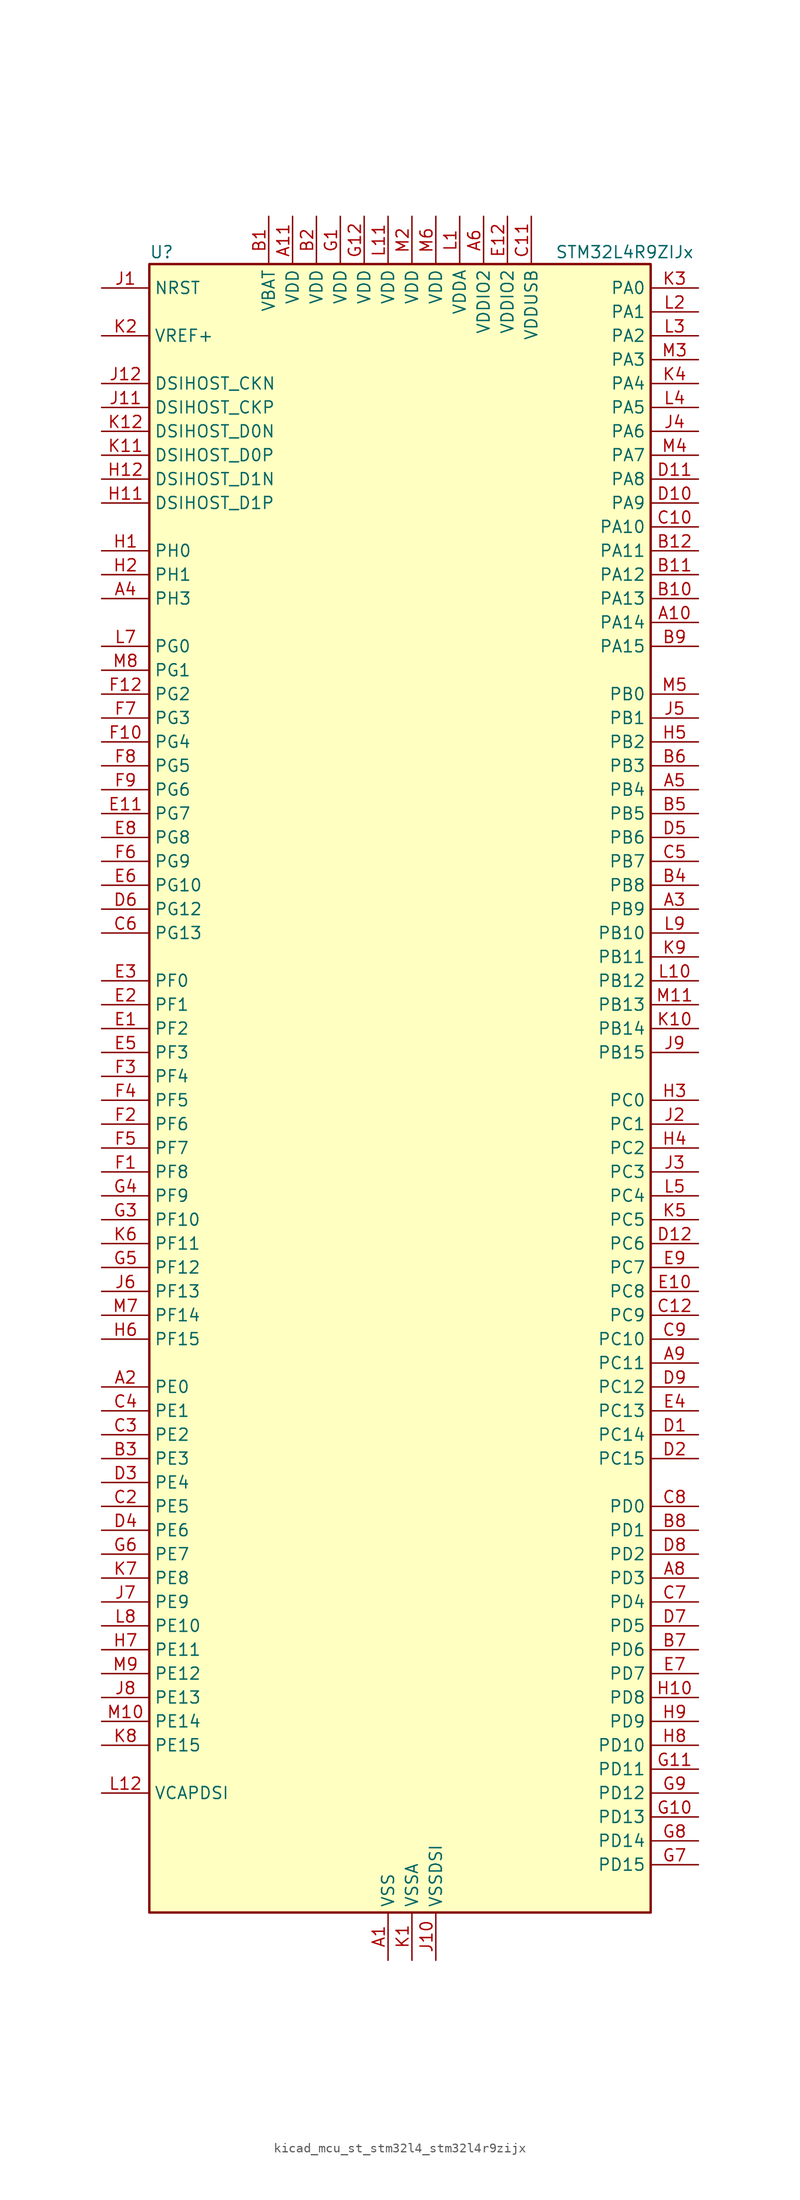
<source format=kicad_sym>
(kicad_symbol_lib
  (version 20220914)
  (generator kicad_symbol_editor)
  (symbol "kicad_mcu_st_stm32l4_stm32l4r9zijx"
    (property "Reference" "U"
      (at -25.4 90.17 0)
      (effects (font (size 1.27 1.27)) (justify left)))
    (property "Value" "STM32L4R9ZIJx"
      (at 17.78 90.17 0)
      (effects (font (size 1.27 1.27)) (justify left)))
    (property "ki_locked" ""
      (at 0 0 0)
      (effects (font (size 1.27 1.27))))
    (symbol "kicad_mcu_st_stm32l4_stm32l4r9zijx_0_1"
      (rectangle (start -25.4 -86.36) (end 27.94 88.9) (stroke (width 0.254) (type default)) (fill (type background))))
    (symbol "kicad_mcu_st_stm32l4_stm32l4r9zijx_1_1"
      (pin power_in line (at 0 -91.44 90) (length 5.08) (name "VSS" (effects (font (size 1.27 1.27)))) (number "A1" (effects (font (size 1.27 1.27)))))
      (pin bidirectional line (at 33.02 50.8 180) (length 5.08) (name "PA14" (effects (font (size 1.27 1.27)))) (number "A10" (effects (font (size 1.27 1.27)))) (alternate "I2C1_SMBA" bidirectional line) (alternate "I2C4_SMBA" bidirectional line) (alternate "LPTIM1_OUT" bidirectional line) (alternate "SAI1_FS_B" bidirectional line) (alternate "SYS_JTCK-SWCLK" bidirectional line) (alternate "USB_OTG_FS_SOF" bidirectional line))
      (pin power_in line (at -10.16 93.98 270) (length 5.08) (name "VDD" (effects (font (size 1.27 1.27)))) (number "A11" (effects (font (size 1.27 1.27)))))
      (pin passive line (at 0 -91.44 90) (length 5.08) hide (name "VSS" (effects (font (size 1.27 1.27)))) (number "A12" (effects (font (size 1.27 1.27)))))
      (pin bidirectional line (at -30.48 -30.48 0) (length 5.08) (name "PE0" (effects (font (size 1.27 1.27)))) (number "A2" (effects (font (size 1.27 1.27)))) (alternate "DCMI_D2" bidirectional line) (alternate "FMC_NBL0" bidirectional line) (alternate "LTDC_HSYNC" bidirectional line) (alternate "TIM16_CH1" bidirectional line) (alternate "TIM4_ETR" bidirectional line))
      (pin bidirectional line (at 33.02 20.32 180) (length 5.08) (name "PB9" (effects (font (size 1.27 1.27)))) (number "A3" (effects (font (size 1.27 1.27)))) (alternate "CAN1_TX" bidirectional line) (alternate "DAC1_EXTI9" bidirectional line) (alternate "DCMI_D7" bidirectional line) (alternate "DFSDM1_CKIN6" bidirectional line) (alternate "I2C1_SDA" bidirectional line) (alternate "IR_OUT" bidirectional line) (alternate "SAI1_D2" bidirectional line) (alternate "SAI1_FS_A" bidirectional line) (alternate "SDMMC1_CDIR" bidirectional line) (alternate "SDMMC1_D5" bidirectional line) (alternate "SPI2_NSS" bidirectional line) (alternate "TIM17_CH1" bidirectional line) (alternate "TIM4_CH4" bidirectional line))
      (pin bidirectional line (at -30.48 53.34 0) (length 5.08) (name "PH3" (effects (font (size 1.27 1.27)))) (number "A4" (effects (font (size 1.27 1.27)))))
      (pin bidirectional line (at 33.02 33.02 180) (length 5.08) (name "PB4" (effects (font (size 1.27 1.27)))) (number "A5" (effects (font (size 1.27 1.27)))) (alternate "COMP2_INP" bidirectional line) (alternate "DCMI_D12" bidirectional line) (alternate "I2C3_SDA" bidirectional line) (alternate "SAI1_MCLK_B" bidirectional line) (alternate "SPI1_MISO" bidirectional line) (alternate "SPI3_MISO" bidirectional line) (alternate "SYS_JTRST" bidirectional line) (alternate "TIM17_BKIN" bidirectional line) (alternate "TIM3_CH1" bidirectional line) (alternate "TSC_G2_IO1" bidirectional line) (alternate "UART5_DE" bidirectional line) (alternate "UART5_RTS" bidirectional line) (alternate "USART1_CTS" bidirectional line) (alternate "USART1_NSS" bidirectional line))
      (pin power_in line (at 10.16 93.98 270) (length 5.08) (name "VDDIO2" (effects (font (size 1.27 1.27)))) (number "A6" (effects (font (size 1.27 1.27)))))
      (pin passive line (at 0 -91.44 90) (length 5.08) hide (name "VSS" (effects (font (size 1.27 1.27)))) (number "A7" (effects (font (size 1.27 1.27)))))
      (pin bidirectional line (at 33.02 -50.8 180) (length 5.08) (name "PD3" (effects (font (size 1.27 1.27)))) (number "A8" (effects (font (size 1.27 1.27)))) (alternate "DCMI_D5" bidirectional line) (alternate "DFSDM1_DATIN0" bidirectional line) (alternate "FMC_CLK" bidirectional line) (alternate "LTDC_CLK" bidirectional line) (alternate "OCTOSPIM_P2_NCS" bidirectional line) (alternate "SPI2_MISO" bidirectional line) (alternate "SPI2_SCK" bidirectional line) (alternate "USART2_CTS" bidirectional line) (alternate "USART2_NSS" bidirectional line))
      (pin bidirectional line (at 33.02 -27.94 180) (length 5.08) (name "PC11" (effects (font (size 1.27 1.27)))) (number "A9" (effects (font (size 1.27 1.27)))) (alternate "ADC1_EXTI11" bidirectional line) (alternate "DCMI_D2" bidirectional line) (alternate "DCMI_D4" bidirectional line) (alternate "OCTOSPIM_P1_NCS" bidirectional line) (alternate "SAI2_MCLK_B" bidirectional line) (alternate "SDMMC1_D3" bidirectional line) (alternate "SPI3_MISO" bidirectional line) (alternate "TSC_G3_IO3" bidirectional line) (alternate "UART4_RX" bidirectional line) (alternate "USART3_RX" bidirectional line))
      (pin power_in line (at -12.7 93.98 270) (length 5.08) (name "VBAT" (effects (font (size 1.27 1.27)))) (number "B1" (effects (font (size 1.27 1.27)))))
      (pin bidirectional line (at 33.02 53.34 180) (length 5.08) (name "PA13" (effects (font (size 1.27 1.27)))) (number "B10" (effects (font (size 1.27 1.27)))) (alternate "IR_OUT" bidirectional line) (alternate "SAI1_SD_B" bidirectional line) (alternate "SYS_JTMS-SWDIO" bidirectional line) (alternate "USB_OTG_FS_NOE" bidirectional line))
      (pin bidirectional line (at 33.02 55.88 180) (length 5.08) (name "PA12" (effects (font (size 1.27 1.27)))) (number "B11" (effects (font (size 1.27 1.27)))) (alternate "CAN1_TX" bidirectional line) (alternate "SPI1_MOSI" bidirectional line) (alternate "TIM1_ETR" bidirectional line) (alternate "USART1_DE" bidirectional line) (alternate "USART1_RTS" bidirectional line) (alternate "USB_OTG_FS_DP" bidirectional line))
      (pin bidirectional line (at 33.02 58.42 180) (length 5.08) (name "PA11" (effects (font (size 1.27 1.27)))) (number "B12" (effects (font (size 1.27 1.27)))) (alternate "ADC1_EXTI11" bidirectional line) (alternate "CAN1_RX" bidirectional line) (alternate "SPI1_MISO" bidirectional line) (alternate "TIM1_BKIN2" bidirectional line) (alternate "TIM1_CH4" bidirectional line) (alternate "USART1_CTS" bidirectional line) (alternate "USART1_NSS" bidirectional line) (alternate "USB_OTG_FS_DM" bidirectional line))
      (pin power_in line (at -7.62 93.98 270) (length 5.08) (name "VDD" (effects (font (size 1.27 1.27)))) (number "B2" (effects (font (size 1.27 1.27)))))
      (pin bidirectional line (at -30.48 -38.1 0) (length 5.08) (name "PE3" (effects (font (size 1.27 1.27)))) (number "B3" (effects (font (size 1.27 1.27)))) (alternate "FMC_A19" bidirectional line) (alternate "LTDC_R1" bidirectional line) (alternate "OCTOSPIM_P1_DQS" bidirectional line) (alternate "SAI1_SD_B" bidirectional line) (alternate "SYS_TRACED0" bidirectional line) (alternate "TIM3_CH1" bidirectional line) (alternate "TSC_G7_IO2" bidirectional line))
      (pin bidirectional line (at 33.02 22.86 180) (length 5.08) (name "PB8" (effects (font (size 1.27 1.27)))) (number "B4" (effects (font (size 1.27 1.27)))) (alternate "CAN1_RX" bidirectional line) (alternate "DCMI_D6" bidirectional line) (alternate "DFSDM1_CKOUT" bidirectional line) (alternate "DFSDM1_DATIN6" bidirectional line) (alternate "I2C1_SCL" bidirectional line) (alternate "LTDC_B1" bidirectional line) (alternate "SAI1_CK1" bidirectional line) (alternate "SAI1_MCLK_A" bidirectional line) (alternate "SDMMC1_CKIN" bidirectional line) (alternate "SDMMC1_D4" bidirectional line) (alternate "TIM16_CH1" bidirectional line) (alternate "TIM4_CH3" bidirectional line))
      (pin bidirectional line (at 33.02 30.48 180) (length 5.08) (name "PB5" (effects (font (size 1.27 1.27)))) (number "B5" (effects (font (size 1.27 1.27)))) (alternate "COMP2_OUT" bidirectional line) (alternate "DCMI_D10" bidirectional line) (alternate "I2C1_SMBA" bidirectional line) (alternate "LPTIM1_IN1" bidirectional line) (alternate "SAI1_SD_B" bidirectional line) (alternate "SPI1_MOSI" bidirectional line) (alternate "SPI3_MOSI" bidirectional line) (alternate "TIM16_BKIN" bidirectional line) (alternate "TIM3_CH2" bidirectional line) (alternate "TSC_G2_IO2" bidirectional line) (alternate "UART5_CTS" bidirectional line) (alternate "USART1_CK" bidirectional line))
      (pin bidirectional line (at 33.02 35.56 180) (length 5.08) (name "PB3" (effects (font (size 1.27 1.27)))) (number "B6" (effects (font (size 1.27 1.27)))) (alternate "COMP2_INM" bidirectional line) (alternate "CRS_SYNC" bidirectional line) (alternate "SAI1_SCK_B" bidirectional line) (alternate "SPI1_SCK" bidirectional line) (alternate "SPI3_SCK" bidirectional line) (alternate "SYS_JTDO-SWO" bidirectional line) (alternate "TIM2_CH2" bidirectional line) (alternate "USART1_DE" bidirectional line) (alternate "USART1_RTS" bidirectional line))
      (pin bidirectional line (at 33.02 -58.42 180) (length 5.08) (name "PD6" (effects (font (size 1.27 1.27)))) (number "B7" (effects (font (size 1.27 1.27)))) (alternate "DCMI_D10" bidirectional line) (alternate "DFSDM1_DATIN1" bidirectional line) (alternate "FMC_NWAIT" bidirectional line) (alternate "LTDC_DE" bidirectional line) (alternate "OCTOSPIM_P1_IO6" bidirectional line) (alternate "SAI1_D1" bidirectional line) (alternate "SAI1_SD_A" bidirectional line) (alternate "SPI3_MOSI" bidirectional line) (alternate "USART2_RX" bidirectional line))
      (pin bidirectional line (at 33.02 -45.72 180) (length 5.08) (name "PD1" (effects (font (size 1.27 1.27)))) (number "B8" (effects (font (size 1.27 1.27)))) (alternate "CAN1_TX" bidirectional line) (alternate "DFSDM1_CKIN7" bidirectional line) (alternate "FMC_D3" bidirectional line) (alternate "FMC_DA3" bidirectional line) (alternate "LTDC_B5" bidirectional line) (alternate "SPI2_SCK" bidirectional line))
      (pin bidirectional line (at 33.02 48.26 180) (length 5.08) (name "PA15" (effects (font (size 1.27 1.27)))) (number "B9" (effects (font (size 1.27 1.27)))) (alternate "ADC1_EXTI15" bidirectional line) (alternate "SAI2_FS_B" bidirectional line) (alternate "SPI1_NSS" bidirectional line) (alternate "SPI3_NSS" bidirectional line) (alternate "SYS_JTDI" bidirectional line) (alternate "TIM2_CH1" bidirectional line) (alternate "TIM2_ETR" bidirectional line) (alternate "TSC_G3_IO1" bidirectional line) (alternate "UART4_DE" bidirectional line) (alternate "UART4_RTS" bidirectional line) (alternate "USART2_RX" bidirectional line) (alternate "USART3_DE" bidirectional line) (alternate "USART3_RTS" bidirectional line))
      (pin passive line (at 0 -91.44 90) (length 5.08) hide (name "VSS" (effects (font (size 1.27 1.27)))) (number "C1" (effects (font (size 1.27 1.27)))))
      (pin bidirectional line (at 33.02 60.96 180) (length 5.08) (name "PA10" (effects (font (size 1.27 1.27)))) (number "C10" (effects (font (size 1.27 1.27)))) (alternate "DCMI_D1" bidirectional line) (alternate "SAI1_D1" bidirectional line) (alternate "SAI1_SD_A" bidirectional line) (alternate "TIM17_BKIN" bidirectional line) (alternate "TIM1_CH3" bidirectional line) (alternate "USART1_RX" bidirectional line) (alternate "USB_OTG_FS_ID" bidirectional line))
      (pin power_in line (at 15.24 93.98 270) (length 5.08) (name "VDDUSB" (effects (font (size 1.27 1.27)))) (number "C11" (effects (font (size 1.27 1.27)))))
      (pin bidirectional line (at 33.02 -22.86 180) (length 5.08) (name "PC9" (effects (font (size 1.27 1.27)))) (number "C12" (effects (font (size 1.27 1.27)))) (alternate "DAC1_EXTI9" bidirectional line) (alternate "DCMI_D3" bidirectional line) (alternate "I2C3_SDA" bidirectional line) (alternate "SAI2_EXTCLK" bidirectional line) (alternate "SDMMC1_D1" bidirectional line) (alternate "SYS_TRACED0" bidirectional line) (alternate "TIM3_CH4" bidirectional line) (alternate "TIM8_BKIN2" bidirectional line) (alternate "TIM8_CH4" bidirectional line) (alternate "TSC_G4_IO4" bidirectional line) (alternate "USB_OTG_FS_NOE" bidirectional line))
      (pin bidirectional line (at -30.48 -43.18 0) (length 5.08) (name "PE5" (effects (font (size 1.27 1.27)))) (number "C2" (effects (font (size 1.27 1.27)))) (alternate "DCMI_D6" bidirectional line) (alternate "DFSDM1_CKIN3" bidirectional line) (alternate "FMC_A21" bidirectional line) (alternate "LTDC_G0" bidirectional line) (alternate "SAI1_CK2" bidirectional line) (alternate "SAI1_SCK_A" bidirectional line) (alternate "SYS_TRACED2" bidirectional line) (alternate "TIM3_CH3" bidirectional line) (alternate "TSC_G7_IO4" bidirectional line))
      (pin bidirectional line (at -30.48 -35.56 0) (length 5.08) (name "PE2" (effects (font (size 1.27 1.27)))) (number "C3" (effects (font (size 1.27 1.27)))) (alternate "FMC_A23" bidirectional line) (alternate "LTDC_R0" bidirectional line) (alternate "SAI1_CK1" bidirectional line) (alternate "SAI1_MCLK_A" bidirectional line) (alternate "SYS_TRACECLK" bidirectional line) (alternate "TIM3_ETR" bidirectional line) (alternate "TSC_G7_IO1" bidirectional line))
      (pin bidirectional line (at -30.48 -33.02 0) (length 5.08) (name "PE1" (effects (font (size 1.27 1.27)))) (number "C4" (effects (font (size 1.27 1.27)))) (alternate "DCMI_D3" bidirectional line) (alternate "FMC_NBL1" bidirectional line) (alternate "LTDC_VSYNC" bidirectional line) (alternate "TIM17_CH1" bidirectional line))
      (pin bidirectional line (at 33.02 25.4 180) (length 5.08) (name "PB7" (effects (font (size 1.27 1.27)))) (number "C5" (effects (font (size 1.27 1.27)))) (alternate "COMP2_INM" bidirectional line) (alternate "DCMI_VSYNC" bidirectional line) (alternate "DFSDM1_CKIN5" bidirectional line) (alternate "DSIHOST_TE" bidirectional line) (alternate "FMC_NL" bidirectional line) (alternate "I2C1_SDA" bidirectional line) (alternate "I2C4_SDA" bidirectional line) (alternate "LPTIM1_IN2" bidirectional line) (alternate "SYS_PVD_IN" bidirectional line) (alternate "TIM17_CH1N" bidirectional line) (alternate "TIM4_CH2" bidirectional line) (alternate "TIM8_BKIN" bidirectional line) (alternate "TSC_G2_IO4" bidirectional line) (alternate "UART4_CTS" bidirectional line) (alternate "USART1_RX" bidirectional line))
      (pin bidirectional line (at -30.48 17.78 0) (length 5.08) (name "PG13" (effects (font (size 1.27 1.27)))) (number "C6" (effects (font (size 1.27 1.27)))) (alternate "FMC_A24" bidirectional line) (alternate "I2C1_SDA" bidirectional line) (alternate "LTDC_R0" bidirectional line) (alternate "USART1_CK" bidirectional line))
      (pin bidirectional line (at 33.02 -53.34 180) (length 5.08) (name "PD4" (effects (font (size 1.27 1.27)))) (number "C7" (effects (font (size 1.27 1.27)))) (alternate "DFSDM1_CKIN0" bidirectional line) (alternate "FMC_NOE" bidirectional line) (alternate "OCTOSPIM_P1_IO4" bidirectional line) (alternate "SPI2_MOSI" bidirectional line) (alternate "USART2_DE" bidirectional line) (alternate "USART2_RTS" bidirectional line))
      (pin bidirectional line (at 33.02 -43.18 180) (length 5.08) (name "PD0" (effects (font (size 1.27 1.27)))) (number "C8" (effects (font (size 1.27 1.27)))) (alternate "CAN1_RX" bidirectional line) (alternate "DFSDM1_DATIN7" bidirectional line) (alternate "FMC_D2" bidirectional line) (alternate "FMC_DA2" bidirectional line) (alternate "LTDC_B4" bidirectional line) (alternate "SPI2_NSS" bidirectional line))
      (pin bidirectional line (at 33.02 -25.4 180) (length 5.08) (name "PC10" (effects (font (size 1.27 1.27)))) (number "C9" (effects (font (size 1.27 1.27)))) (alternate "DCMI_D8" bidirectional line) (alternate "SAI2_SCK_B" bidirectional line) (alternate "SDMMC1_D2" bidirectional line) (alternate "SPI3_SCK" bidirectional line) (alternate "SYS_TRACED1" bidirectional line) (alternate "TSC_G3_IO2" bidirectional line) (alternate "UART4_TX" bidirectional line) (alternate "USART3_TX" bidirectional line))
      (pin bidirectional line (at 33.02 -35.56 180) (length 5.08) (name "PC14" (effects (font (size 1.27 1.27)))) (number "D1" (effects (font (size 1.27 1.27)))) (alternate "RCC_OSC32_IN" bidirectional line))
      (pin bidirectional line (at 33.02 63.5 180) (length 5.08) (name "PA9" (effects (font (size 1.27 1.27)))) (number "D10" (effects (font (size 1.27 1.27)))) (alternate "DAC1_EXTI9" bidirectional line) (alternate "DCMI_D0" bidirectional line) (alternate "SAI1_FS_A" bidirectional line) (alternate "SPI2_SCK" bidirectional line) (alternate "TIM15_BKIN" bidirectional line) (alternate "TIM1_CH2" bidirectional line) (alternate "USART1_TX" bidirectional line) (alternate "USB_OTG_FS_VBUS" bidirectional line))
      (pin bidirectional line (at 33.02 66.04 180) (length 5.08) (name "PA8" (effects (font (size 1.27 1.27)))) (number "D11" (effects (font (size 1.27 1.27)))) (alternate "LPTIM2_OUT" bidirectional line) (alternate "RCC_MCO" bidirectional line) (alternate "SAI1_CK2" bidirectional line) (alternate "SAI1_SCK_A" bidirectional line) (alternate "TIM1_CH1" bidirectional line) (alternate "USART1_CK" bidirectional line) (alternate "USB_OTG_FS_SOF" bidirectional line))
      (pin bidirectional line (at 33.02 -15.24 180) (length 5.08) (name "PC6" (effects (font (size 1.27 1.27)))) (number "D12" (effects (font (size 1.27 1.27)))) (alternate "DCMI_D0" bidirectional line) (alternate "DFSDM1_CKIN3" bidirectional line) (alternate "LTDC_R0" bidirectional line) (alternate "SAI2_MCLK_A" bidirectional line) (alternate "SDMMC1_D0DIR" bidirectional line) (alternate "SDMMC1_D6" bidirectional line) (alternate "TIM3_CH1" bidirectional line) (alternate "TIM8_CH1" bidirectional line) (alternate "TSC_G4_IO1" bidirectional line))
      (pin bidirectional line (at 33.02 -38.1 180) (length 5.08) (name "PC15" (effects (font (size 1.27 1.27)))) (number "D2" (effects (font (size 1.27 1.27)))) (alternate "ADC1_EXTI15" bidirectional line) (alternate "RCC_OSC32_OUT" bidirectional line))
      (pin bidirectional line (at -30.48 -40.64 0) (length 5.08) (name "PE4" (effects (font (size 1.27 1.27)))) (number "D3" (effects (font (size 1.27 1.27)))) (alternate "DCMI_D4" bidirectional line) (alternate "DFSDM1_DATIN3" bidirectional line) (alternate "FMC_A20" bidirectional line) (alternate "LTDC_B0" bidirectional line) (alternate "SAI1_D2" bidirectional line) (alternate "SAI1_FS_A" bidirectional line) (alternate "SYS_TRACED1" bidirectional line) (alternate "TIM3_CH2" bidirectional line) (alternate "TSC_G7_IO3" bidirectional line))
      (pin bidirectional line (at -30.48 -45.72 0) (length 5.08) (name "PE6" (effects (font (size 1.27 1.27)))) (number "D4" (effects (font (size 1.27 1.27)))) (alternate "DCMI_D7" bidirectional line) (alternate "FMC_A22" bidirectional line) (alternate "LTDC_G1" bidirectional line) (alternate "RTC_TAMP3" bidirectional line) (alternate "SAI1_D1" bidirectional line) (alternate "SAI1_SD_A" bidirectional line) (alternate "SYS_TRACED3" bidirectional line) (alternate "SYS_WKUP3" bidirectional line) (alternate "TIM3_CH4" bidirectional line))
      (pin bidirectional line (at 33.02 27.94 180) (length 5.08) (name "PB6" (effects (font (size 1.27 1.27)))) (number "D5" (effects (font (size 1.27 1.27)))) (alternate "COMP2_INP" bidirectional line) (alternate "DCMI_D5" bidirectional line) (alternate "DFSDM1_DATIN5" bidirectional line) (alternate "I2C1_SCL" bidirectional line) (alternate "I2C4_SCL" bidirectional line) (alternate "LPTIM1_ETR" bidirectional line) (alternate "SAI1_FS_B" bidirectional line) (alternate "TIM16_CH1N" bidirectional line) (alternate "TIM4_CH1" bidirectional line) (alternate "TIM8_BKIN2" bidirectional line) (alternate "TSC_G2_IO3" bidirectional line) (alternate "USART1_TX" bidirectional line))
      (pin bidirectional line (at -30.48 20.32 0) (length 5.08) (name "PG12" (effects (font (size 1.27 1.27)))) (number "D6" (effects (font (size 1.27 1.27)))) (alternate "FMC_NE4" bidirectional line) (alternate "LPTIM1_ETR" bidirectional line) (alternate "OCTOSPIM_P2_NCS" bidirectional line) (alternate "SAI2_SD_A" bidirectional line) (alternate "SPI3_NSS" bidirectional line) (alternate "USART1_DE" bidirectional line) (alternate "USART1_RTS" bidirectional line))
      (pin bidirectional line (at 33.02 -55.88 180) (length 5.08) (name "PD5" (effects (font (size 1.27 1.27)))) (number "D7" (effects (font (size 1.27 1.27)))) (alternate "FMC_NWE" bidirectional line) (alternate "OCTOSPIM_P1_IO5" bidirectional line) (alternate "USART2_TX" bidirectional line))
      (pin bidirectional line (at 33.02 -48.26 180) (length 5.08) (name "PD2" (effects (font (size 1.27 1.27)))) (number "D8" (effects (font (size 1.27 1.27)))) (alternate "DCMI_D11" bidirectional line) (alternate "SDMMC1_CMD" bidirectional line) (alternate "SYS_TRACED2" bidirectional line) (alternate "TIM3_ETR" bidirectional line) (alternate "TSC_SYNC" bidirectional line) (alternate "UART5_RX" bidirectional line) (alternate "USART3_DE" bidirectional line) (alternate "USART3_RTS" bidirectional line))
      (pin bidirectional line (at 33.02 -30.48 180) (length 5.08) (name "PC12" (effects (font (size 1.27 1.27)))) (number "D9" (effects (font (size 1.27 1.27)))) (alternate "DCMI_D9" bidirectional line) (alternate "SAI2_SD_B" bidirectional line) (alternate "SDMMC1_CK" bidirectional line) (alternate "SPI3_MOSI" bidirectional line) (alternate "SYS_TRACED3" bidirectional line) (alternate "TSC_G3_IO4" bidirectional line) (alternate "UART5_TX" bidirectional line) (alternate "USART3_CK" bidirectional line))
      (pin bidirectional line (at -30.48 7.62 0) (length 5.08) (name "PF2" (effects (font (size 1.27 1.27)))) (number "E1" (effects (font (size 1.27 1.27)))) (alternate "FMC_A2" bidirectional line) (alternate "I2C2_SMBA" bidirectional line) (alternate "OCTOSPIM_P2_IO2" bidirectional line))
      (pin bidirectional line (at 33.02 -20.32 180) (length 5.08) (name "PC8" (effects (font (size 1.27 1.27)))) (number "E10" (effects (font (size 1.27 1.27)))) (alternate "DCMI_D2" bidirectional line) (alternate "SDMMC1_D0" bidirectional line) (alternate "TIM3_CH3" bidirectional line) (alternate "TIM8_CH3" bidirectional line) (alternate "TSC_G4_IO3" bidirectional line))
      (pin bidirectional line (at -30.48 30.48 0) (length 5.08) (name "PG7" (effects (font (size 1.27 1.27)))) (number "E11" (effects (font (size 1.27 1.27)))) (alternate "DFSDM1_CKOUT" bidirectional line) (alternate "FMC_INT" bidirectional line) (alternate "I2C3_SCL" bidirectional line) (alternate "LPUART1_TX" bidirectional line) (alternate "OCTOSPIM_P2_DQS" bidirectional line) (alternate "SAI1_CK1" bidirectional line) (alternate "SAI1_MCLK_A" bidirectional line))
      (pin power_in line (at 12.7 93.98 270) (length 5.08) (name "VDDIO2" (effects (font (size 1.27 1.27)))) (number "E12" (effects (font (size 1.27 1.27)))))
      (pin bidirectional line (at -30.48 10.16 0) (length 5.08) (name "PF1" (effects (font (size 1.27 1.27)))) (number "E2" (effects (font (size 1.27 1.27)))) (alternate "FMC_A1" bidirectional line) (alternate "I2C2_SCL" bidirectional line) (alternate "OCTOSPIM_P2_IO1" bidirectional line))
      (pin bidirectional line (at -30.48 12.7 0) (length 5.08) (name "PF0" (effects (font (size 1.27 1.27)))) (number "E3" (effects (font (size 1.27 1.27)))) (alternate "FMC_A0" bidirectional line) (alternate "I2C2_SDA" bidirectional line) (alternate "OCTOSPIM_P2_IO0" bidirectional line))
      (pin bidirectional line (at 33.02 -33.02 180) (length 5.08) (name "PC13" (effects (font (size 1.27 1.27)))) (number "E4" (effects (font (size 1.27 1.27)))) (alternate "RTC_OUT_ALARM" bidirectional line) (alternate "RTC_OUT_CALIB" bidirectional line) (alternate "RTC_TAMP1" bidirectional line) (alternate "RTC_TS" bidirectional line) (alternate "SYS_WKUP2" bidirectional line))
      (pin bidirectional line (at -30.48 5.08 0) (length 5.08) (name "PF3" (effects (font (size 1.27 1.27)))) (number "E5" (effects (font (size 1.27 1.27)))) (alternate "FMC_A3" bidirectional line) (alternate "OCTOSPIM_P2_IO3" bidirectional line))
      (pin bidirectional line (at -30.48 22.86 0) (length 5.08) (name "PG10" (effects (font (size 1.27 1.27)))) (number "E6" (effects (font (size 1.27 1.27)))) (alternate "FMC_NE3" bidirectional line) (alternate "LPTIM1_IN1" bidirectional line) (alternate "OCTOSPIM_P2_IO7" bidirectional line) (alternate "SAI2_FS_A" bidirectional line) (alternate "SPI3_MISO" bidirectional line) (alternate "TIM15_CH1" bidirectional line) (alternate "USART1_RX" bidirectional line))
      (pin bidirectional line (at 33.02 -60.96 180) (length 5.08) (name "PD7" (effects (font (size 1.27 1.27)))) (number "E7" (effects (font (size 1.27 1.27)))) (alternate "DFSDM1_CKIN1" bidirectional line) (alternate "FMC_NCE" bidirectional line) (alternate "FMC_NE1" bidirectional line) (alternate "OCTOSPIM_P1_IO7" bidirectional line) (alternate "USART2_CK" bidirectional line))
      (pin bidirectional line (at -30.48 27.94 0) (length 5.08) (name "PG8" (effects (font (size 1.27 1.27)))) (number "E8" (effects (font (size 1.27 1.27)))) (alternate "I2C3_SDA" bidirectional line) (alternate "LPUART1_RX" bidirectional line))
      (pin bidirectional line (at 33.02 -17.78 180) (length 5.08) (name "PC7" (effects (font (size 1.27 1.27)))) (number "E9" (effects (font (size 1.27 1.27)))) (alternate "DCMI_D1" bidirectional line) (alternate "DFSDM1_DATIN3" bidirectional line) (alternate "LTDC_R1" bidirectional line) (alternate "SAI2_MCLK_B" bidirectional line) (alternate "SDMMC1_D123DIR" bidirectional line) (alternate "SDMMC1_D7" bidirectional line) (alternate "TIM3_CH2" bidirectional line) (alternate "TIM8_CH2" bidirectional line) (alternate "TSC_G4_IO2" bidirectional line))
      (pin bidirectional line (at -30.48 -7.62 0) (length 5.08) (name "PF8" (effects (font (size 1.27 1.27)))) (number "F1" (effects (font (size 1.27 1.27)))) (alternate "OCTOSPIM_P1_IO0" bidirectional line) (alternate "SAI1_SCK_B" bidirectional line) (alternate "TIM5_CH3" bidirectional line))
      (pin bidirectional line (at -30.48 38.1 0) (length 5.08) (name "PG4" (effects (font (size 1.27 1.27)))) (number "F10" (effects (font (size 1.27 1.27)))) (alternate "FMC_A14" bidirectional line) (alternate "SAI2_MCLK_B" bidirectional line) (alternate "SPI1_MOSI" bidirectional line))
      (pin passive line (at 0 -91.44 90) (length 5.08) hide (name "VSS" (effects (font (size 1.27 1.27)))) (number "F11" (effects (font (size 1.27 1.27)))))
      (pin bidirectional line (at -30.48 43.18 0) (length 5.08) (name "PG2" (effects (font (size 1.27 1.27)))) (number "F12" (effects (font (size 1.27 1.27)))) (alternate "FMC_A12" bidirectional line) (alternate "SAI2_SCK_B" bidirectional line) (alternate "SPI1_SCK" bidirectional line))
      (pin bidirectional line (at -30.48 -2.54 0) (length 5.08) (name "PF6" (effects (font (size 1.27 1.27)))) (number "F2" (effects (font (size 1.27 1.27)))) (alternate "OCTOSPIM_P1_IO3" bidirectional line) (alternate "SAI1_SD_B" bidirectional line) (alternate "TIM5_CH1" bidirectional line) (alternate "TIM5_ETR" bidirectional line))
      (pin bidirectional line (at -30.48 2.54 0) (length 5.08) (name "PF4" (effects (font (size 1.27 1.27)))) (number "F3" (effects (font (size 1.27 1.27)))) (alternate "FMC_A4" bidirectional line) (alternate "OCTOSPIM_P2_CLK" bidirectional line))
      (pin bidirectional line (at -30.48 0 0) (length 5.08) (name "PF5" (effects (font (size 1.27 1.27)))) (number "F4" (effects (font (size 1.27 1.27)))) (alternate "FMC_A5" bidirectional line))
      (pin bidirectional line (at -30.48 -5.08 0) (length 5.08) (name "PF7" (effects (font (size 1.27 1.27)))) (number "F5" (effects (font (size 1.27 1.27)))) (alternate "OCTOSPIM_P1_IO2" bidirectional line) (alternate "SAI1_MCLK_B" bidirectional line) (alternate "TIM5_CH2" bidirectional line))
      (pin bidirectional line (at -30.48 25.4 0) (length 5.08) (name "PG9" (effects (font (size 1.27 1.27)))) (number "F6" (effects (font (size 1.27 1.27)))) (alternate "DAC1_EXTI9" bidirectional line) (alternate "FMC_NCE" bidirectional line) (alternate "FMC_NE2" bidirectional line) (alternate "OCTOSPIM_P2_IO6" bidirectional line) (alternate "SAI2_SCK_A" bidirectional line) (alternate "SPI3_SCK" bidirectional line) (alternate "TIM15_CH1N" bidirectional line) (alternate "USART1_TX" bidirectional line))
      (pin bidirectional line (at -30.48 40.64 0) (length 5.08) (name "PG3" (effects (font (size 1.27 1.27)))) (number "F7" (effects (font (size 1.27 1.27)))) (alternate "FMC_A13" bidirectional line) (alternate "SAI2_FS_B" bidirectional line) (alternate "SPI1_MISO" bidirectional line))
      (pin bidirectional line (at -30.48 35.56 0) (length 5.08) (name "PG5" (effects (font (size 1.27 1.27)))) (number "F8" (effects (font (size 1.27 1.27)))) (alternate "FMC_A15" bidirectional line) (alternate "LPUART1_CTS" bidirectional line) (alternate "SAI2_SD_B" bidirectional line) (alternate "SPI1_NSS" bidirectional line))
      (pin bidirectional line (at -30.48 33.02 0) (length 5.08) (name "PG6" (effects (font (size 1.27 1.27)))) (number "F9" (effects (font (size 1.27 1.27)))) (alternate "DSIHOST_TE" bidirectional line) (alternate "I2C3_SMBA" bidirectional line) (alternate "LPUART1_DE" bidirectional line) (alternate "LPUART1_RTS" bidirectional line) (alternate "LTDC_R1" bidirectional line) (alternate "OCTOSPIM_P1_DQS" bidirectional line))
      (pin power_in line (at -5.08 93.98 270) (length 5.08) (name "VDD" (effects (font (size 1.27 1.27)))) (number "G1" (effects (font (size 1.27 1.27)))))
      (pin bidirectional line (at 33.02 -76.2 180) (length 5.08) (name "PD13" (effects (font (size 1.27 1.27)))) (number "G10" (effects (font (size 1.27 1.27)))) (alternate "FMC_A18" bidirectional line) (alternate "I2C4_SDA" bidirectional line) (alternate "LPTIM2_OUT" bidirectional line) (alternate "TIM4_CH2" bidirectional line) (alternate "TSC_G6_IO4" bidirectional line))
      (pin bidirectional line (at 33.02 -71.12 180) (length 5.08) (name "PD11" (effects (font (size 1.27 1.27)))) (number "G11" (effects (font (size 1.27 1.27)))) (alternate "ADC1_EXTI11" bidirectional line) (alternate "FMC_A16" bidirectional line) (alternate "FMC_CLE" bidirectional line) (alternate "I2C4_SMBA" bidirectional line) (alternate "LPTIM2_ETR" bidirectional line) (alternate "LTDC_R6" bidirectional line) (alternate "SAI2_SD_A" bidirectional line) (alternate "TSC_G6_IO2" bidirectional line) (alternate "USART3_CTS" bidirectional line) (alternate "USART3_NSS" bidirectional line))
      (pin power_in line (at -2.54 93.98 270) (length 5.08) (name "VDD" (effects (font (size 1.27 1.27)))) (number "G12" (effects (font (size 1.27 1.27)))))
      (pin passive line (at 0 -91.44 90) (length 5.08) hide (name "VSS" (effects (font (size 1.27 1.27)))) (number "G2" (effects (font (size 1.27 1.27)))))
      (pin bidirectional line (at -30.48 -12.7 0) (length 5.08) (name "PF10" (effects (font (size 1.27 1.27)))) (number "G3" (effects (font (size 1.27 1.27)))) (alternate "DCMI_D11" bidirectional line) (alternate "DFSDM1_CKOUT" bidirectional line) (alternate "OCTOSPIM_P1_CLK" bidirectional line) (alternate "SAI1_D3" bidirectional line) (alternate "TIM15_CH2" bidirectional line))
      (pin bidirectional line (at -30.48 -10.16 0) (length 5.08) (name "PF9" (effects (font (size 1.27 1.27)))) (number "G4" (effects (font (size 1.27 1.27)))) (alternate "DAC1_EXTI9" bidirectional line) (alternate "OCTOSPIM_P1_IO1" bidirectional line) (alternate "SAI1_FS_B" bidirectional line) (alternate "TIM15_CH1" bidirectional line) (alternate "TIM5_CH4" bidirectional line))
      (pin bidirectional line (at -30.48 -17.78 0) (length 5.08) (name "PF12" (effects (font (size 1.27 1.27)))) (number "G5" (effects (font (size 1.27 1.27)))) (alternate "FMC_A6" bidirectional line) (alternate "LTDC_B0" bidirectional line) (alternate "OCTOSPIM_P2_DQS" bidirectional line))
      (pin bidirectional line (at -30.48 -48.26 0) (length 5.08) (name "PE7" (effects (font (size 1.27 1.27)))) (number "G6" (effects (font (size 1.27 1.27)))) (alternate "DFSDM1_DATIN2" bidirectional line) (alternate "FMC_D4" bidirectional line) (alternate "FMC_DA4" bidirectional line) (alternate "LTDC_B6" bidirectional line) (alternate "SAI1_SD_B" bidirectional line) (alternate "TIM1_ETR" bidirectional line))
      (pin bidirectional line (at 33.02 -81.28 180) (length 5.08) (name "PD15" (effects (font (size 1.27 1.27)))) (number "G7" (effects (font (size 1.27 1.27)))) (alternate "ADC1_EXTI15" bidirectional line) (alternate "FMC_D1" bidirectional line) (alternate "FMC_DA1" bidirectional line) (alternate "LTDC_B3" bidirectional line) (alternate "TIM4_CH4" bidirectional line))
      (pin bidirectional line (at 33.02 -78.74 180) (length 5.08) (name "PD14" (effects (font (size 1.27 1.27)))) (number "G8" (effects (font (size 1.27 1.27)))) (alternate "FMC_D0" bidirectional line) (alternate "FMC_DA0" bidirectional line) (alternate "LTDC_B2" bidirectional line) (alternate "TIM4_CH3" bidirectional line))
      (pin bidirectional line (at 33.02 -73.66 180) (length 5.08) (name "PD12" (effects (font (size 1.27 1.27)))) (number "G9" (effects (font (size 1.27 1.27)))) (alternate "FMC_A17" bidirectional line) (alternate "FMC_ALE" bidirectional line) (alternate "I2C4_SCL" bidirectional line) (alternate "LPTIM2_IN1" bidirectional line) (alternate "LTDC_R7" bidirectional line) (alternate "SAI2_FS_A" bidirectional line) (alternate "TIM4_CH1" bidirectional line) (alternate "TSC_G6_IO3" bidirectional line) (alternate "USART3_DE" bidirectional line) (alternate "USART3_RTS" bidirectional line))
      (pin bidirectional line (at -30.48 58.42 0) (length 5.08) (name "PH0" (effects (font (size 1.27 1.27)))) (number "H1" (effects (font (size 1.27 1.27)))) (alternate "RCC_OSC_IN" bidirectional line))
      (pin bidirectional line (at 33.02 -63.5 180) (length 5.08) (name "PD8" (effects (font (size 1.27 1.27)))) (number "H10" (effects (font (size 1.27 1.27)))) (alternate "DCMI_HSYNC" bidirectional line) (alternate "FMC_D13" bidirectional line) (alternate "FMC_DA13" bidirectional line) (alternate "LTDC_R3" bidirectional line) (alternate "USART3_TX" bidirectional line))
      (pin bidirectional line (at -30.48 63.5 0) (length 5.08) (name "DSIHOST_D1P" (effects (font (size 1.27 1.27)))) (number "H11" (effects (font (size 1.27 1.27)))) (alternate "DSIHOST_D1P" bidirectional line))
      (pin bidirectional line (at -30.48 66.04 0) (length 5.08) (name "DSIHOST_D1N" (effects (font (size 1.27 1.27)))) (number "H12" (effects (font (size 1.27 1.27)))) (alternate "DSIHOST_D1N" bidirectional line))
      (pin bidirectional line (at -30.48 55.88 0) (length 5.08) (name "PH1" (effects (font (size 1.27 1.27)))) (number "H2" (effects (font (size 1.27 1.27)))) (alternate "RCC_OSC_OUT" bidirectional line))
      (pin bidirectional line (at 33.02 0 180) (length 5.08) (name "PC0" (effects (font (size 1.27 1.27)))) (number "H3" (effects (font (size 1.27 1.27)))) (alternate "ADC1_IN1" bidirectional line) (alternate "DFSDM1_DATIN4" bidirectional line) (alternate "I2C3_SCL" bidirectional line) (alternate "LPTIM1_IN1" bidirectional line) (alternate "LPTIM2_IN1" bidirectional line) (alternate "LPUART1_RX" bidirectional line) (alternate "SAI2_FS_A" bidirectional line))
      (pin bidirectional line (at 33.02 -5.08 180) (length 5.08) (name "PC2" (effects (font (size 1.27 1.27)))) (number "H4" (effects (font (size 1.27 1.27)))) (alternate "ADC1_IN3" bidirectional line) (alternate "DFSDM1_CKOUT" bidirectional line) (alternate "LPTIM1_IN2" bidirectional line) (alternate "OCTOSPIM_P1_IO5" bidirectional line) (alternate "SPI2_MISO" bidirectional line))
      (pin bidirectional line (at 33.02 38.1 180) (length 5.08) (name "PB2" (effects (font (size 1.27 1.27)))) (number "H5" (effects (font (size 1.27 1.27)))) (alternate "COMP1_INP" bidirectional line) (alternate "DFSDM1_CKIN0" bidirectional line) (alternate "I2C3_SMBA" bidirectional line) (alternate "LPTIM1_OUT" bidirectional line) (alternate "LTDC_B1" bidirectional line) (alternate "OCTOSPIM_P1_DQS" bidirectional line) (alternate "RTC_OUT_ALARM" bidirectional line) (alternate "RTC_OUT_CALIB" bidirectional line))
      (pin bidirectional line (at -30.48 -25.4 0) (length 5.08) (name "PF15" (effects (font (size 1.27 1.27)))) (number "H6" (effects (font (size 1.27 1.27)))) (alternate "ADC1_EXTI15" bidirectional line) (alternate "FMC_A9" bidirectional line) (alternate "I2C4_SDA" bidirectional line) (alternate "LTDC_G1" bidirectional line) (alternate "TSC_G8_IO2" bidirectional line))
      (pin bidirectional line (at -30.48 -58.42 0) (length 5.08) (name "PE11" (effects (font (size 1.27 1.27)))) (number "H7" (effects (font (size 1.27 1.27)))) (alternate "ADC1_EXTI11" bidirectional line) (alternate "DFSDM1_CKIN4" bidirectional line) (alternate "FMC_D8" bidirectional line) (alternate "FMC_DA8" bidirectional line) (alternate "LTDC_G4" bidirectional line) (alternate "OCTOSPIM_P1_NCS" bidirectional line) (alternate "TIM1_CH2" bidirectional line) (alternate "TSC_G5_IO2" bidirectional line))
      (pin bidirectional line (at 33.02 -68.58 180) (length 5.08) (name "PD10" (effects (font (size 1.27 1.27)))) (number "H8" (effects (font (size 1.27 1.27)))) (alternate "FMC_D15" bidirectional line) (alternate "FMC_DA15" bidirectional line) (alternate "LTDC_R5" bidirectional line) (alternate "SAI2_SCK_A" bidirectional line) (alternate "TSC_G6_IO1" bidirectional line) (alternate "USART3_CK" bidirectional line))
      (pin bidirectional line (at 33.02 -66.04 180) (length 5.08) (name "PD9" (effects (font (size 1.27 1.27)))) (number "H9" (effects (font (size 1.27 1.27)))) (alternate "DAC1_EXTI9" bidirectional line) (alternate "DCMI_PIXCLK" bidirectional line) (alternate "FMC_D14" bidirectional line) (alternate "FMC_DA14" bidirectional line) (alternate "LTDC_R4" bidirectional line) (alternate "SAI2_MCLK_A" bidirectional line) (alternate "USART3_RX" bidirectional line))
      (pin input line (at -30.48 86.36 0) (length 5.08) (name "NRST" (effects (font (size 1.27 1.27)))) (number "J1" (effects (font (size 1.27 1.27)))))
      (pin power_in line (at 5.08 -91.44 90) (length 5.08) (name "VSSDSI" (effects (font (size 1.27 1.27)))) (number "J10" (effects (font (size 1.27 1.27)))))
      (pin bidirectional line (at -30.48 73.66 0) (length 5.08) (name "DSIHOST_CKP" (effects (font (size 1.27 1.27)))) (number "J11" (effects (font (size 1.27 1.27)))) (alternate "DSIHOST_CKP" bidirectional line))
      (pin bidirectional line (at -30.48 76.2 0) (length 5.08) (name "DSIHOST_CKN" (effects (font (size 1.27 1.27)))) (number "J12" (effects (font (size 1.27 1.27)))) (alternate "DSIHOST_CKN" bidirectional line))
      (pin bidirectional line (at 33.02 -2.54 180) (length 5.08) (name "PC1" (effects (font (size 1.27 1.27)))) (number "J2" (effects (font (size 1.27 1.27)))) (alternate "ADC1_IN2" bidirectional line) (alternate "DFSDM1_CKIN4" bidirectional line) (alternate "I2C3_SDA" bidirectional line) (alternate "LPTIM1_OUT" bidirectional line) (alternate "LPUART1_TX" bidirectional line) (alternate "OCTOSPIM_P1_IO4" bidirectional line) (alternate "SAI1_SD_A" bidirectional line) (alternate "SPI2_MOSI" bidirectional line) (alternate "SYS_TRACED0" bidirectional line))
      (pin bidirectional line (at 33.02 -7.62 180) (length 5.08) (name "PC3" (effects (font (size 1.27 1.27)))) (number "J3" (effects (font (size 1.27 1.27)))) (alternate "ADC1_IN4" bidirectional line) (alternate "LPTIM1_ETR" bidirectional line) (alternate "LPTIM2_ETR" bidirectional line) (alternate "OCTOSPIM_P1_IO6" bidirectional line) (alternate "SAI1_D1" bidirectional line) (alternate "SAI1_SD_A" bidirectional line) (alternate "SPI2_MOSI" bidirectional line))
      (pin bidirectional line (at 33.02 71.12 180) (length 5.08) (name "PA6" (effects (font (size 1.27 1.27)))) (number "J4" (effects (font (size 1.27 1.27)))) (alternate "ADC1_IN11" bidirectional line) (alternate "DCMI_PIXCLK" bidirectional line) (alternate "LPUART1_CTS" bidirectional line) (alternate "OCTOSPIM_P1_IO3" bidirectional line) (alternate "OPAMP2_VINP" bidirectional line) (alternate "SPI1_MISO" bidirectional line) (alternate "TIM16_CH1" bidirectional line) (alternate "TIM1_BKIN" bidirectional line) (alternate "TIM3_CH1" bidirectional line) (alternate "TIM8_BKIN" bidirectional line) (alternate "USART3_CTS" bidirectional line) (alternate "USART3_NSS" bidirectional line))
      (pin bidirectional line (at 33.02 40.64 180) (length 5.08) (name "PB1" (effects (font (size 1.27 1.27)))) (number "J5" (effects (font (size 1.27 1.27)))) (alternate "ADC1_IN16" bidirectional line) (alternate "COMP1_INM" bidirectional line) (alternate "DFSDM1_DATIN0" bidirectional line) (alternate "LPTIM2_IN1" bidirectional line) (alternate "LPUART1_DE" bidirectional line) (alternate "LPUART1_RTS" bidirectional line) (alternate "OCTOSPIM_P1_IO0" bidirectional line) (alternate "TIM1_CH3N" bidirectional line) (alternate "TIM3_CH4" bidirectional line) (alternate "TIM8_CH3N" bidirectional line) (alternate "USART3_DE" bidirectional line) (alternate "USART3_RTS" bidirectional line))
      (pin bidirectional line (at -30.48 -20.32 0) (length 5.08) (name "PF13" (effects (font (size 1.27 1.27)))) (number "J6" (effects (font (size 1.27 1.27)))) (alternate "DFSDM1_DATIN6" bidirectional line) (alternate "FMC_A7" bidirectional line) (alternate "I2C4_SMBA" bidirectional line) (alternate "LTDC_B1" bidirectional line))
      (pin bidirectional line (at -30.48 -53.34 0) (length 5.08) (name "PE9" (effects (font (size 1.27 1.27)))) (number "J7" (effects (font (size 1.27 1.27)))) (alternate "DAC1_EXTI9" bidirectional line) (alternate "DFSDM1_CKOUT" bidirectional line) (alternate "FMC_D6" bidirectional line) (alternate "FMC_DA6" bidirectional line) (alternate "LTDC_G2" bidirectional line) (alternate "SAI1_FS_B" bidirectional line) (alternate "TIM1_CH1" bidirectional line))
      (pin bidirectional line (at -30.48 -63.5 0) (length 5.08) (name "PE13" (effects (font (size 1.27 1.27)))) (number "J8" (effects (font (size 1.27 1.27)))) (alternate "DFSDM1_CKIN5" bidirectional line) (alternate "FMC_D10" bidirectional line) (alternate "FMC_DA10" bidirectional line) (alternate "LTDC_G6" bidirectional line) (alternate "OCTOSPIM_P1_IO1" bidirectional line) (alternate "SPI1_SCK" bidirectional line) (alternate "TIM1_CH3" bidirectional line) (alternate "TSC_G5_IO4" bidirectional line))
      (pin bidirectional line (at 33.02 5.08 180) (length 5.08) (name "PB15" (effects (font (size 1.27 1.27)))) (number "J9" (effects (font (size 1.27 1.27)))) (alternate "ADC1_EXTI15" bidirectional line) (alternate "DFSDM1_CKIN2" bidirectional line) (alternate "RTC_REFIN" bidirectional line) (alternate "SAI2_SD_A" bidirectional line) (alternate "SPI2_MOSI" bidirectional line) (alternate "TIM15_CH2" bidirectional line) (alternate "TIM1_CH3N" bidirectional line) (alternate "TIM8_CH3N" bidirectional line) (alternate "TSC_G1_IO4" bidirectional line))
      (pin power_in line (at 2.54 -91.44 90) (length 5.08) (name "VSSA" (effects (font (size 1.27 1.27)))) (number "K1" (effects (font (size 1.27 1.27)))))
      (pin bidirectional line (at 33.02 7.62 180) (length 5.08) (name "PB14" (effects (font (size 1.27 1.27)))) (number "K10" (effects (font (size 1.27 1.27)))) (alternate "DFSDM1_DATIN2" bidirectional line) (alternate "I2C2_SDA" bidirectional line) (alternate "SAI2_MCLK_A" bidirectional line) (alternate "SPI2_MISO" bidirectional line) (alternate "TIM15_CH1" bidirectional line) (alternate "TIM1_CH2N" bidirectional line) (alternate "TIM8_CH2N" bidirectional line) (alternate "TSC_G1_IO3" bidirectional line) (alternate "USART3_DE" bidirectional line) (alternate "USART3_RTS" bidirectional line))
      (pin bidirectional line (at -30.48 68.58 0) (length 5.08) (name "DSIHOST_D0P" (effects (font (size 1.27 1.27)))) (number "K11" (effects (font (size 1.27 1.27)))) (alternate "DSIHOST_D0P" bidirectional line))
      (pin bidirectional line (at -30.48 71.12 0) (length 5.08) (name "DSIHOST_D0N" (effects (font (size 1.27 1.27)))) (number "K12" (effects (font (size 1.27 1.27)))) (alternate "DSIHOST_D0N" bidirectional line))
      (pin input line (at -30.48 81.28 0) (length 5.08) (name "VREF+" (effects (font (size 1.27 1.27)))) (number "K2" (effects (font (size 1.27 1.27)))) (alternate "VREFBUF_OUT" bidirectional line))
      (pin bidirectional line (at 33.02 86.36 180) (length 5.08) (name "PA0" (effects (font (size 1.27 1.27)))) (number "K3" (effects (font (size 1.27 1.27)))) (alternate "ADC1_IN5" bidirectional line) (alternate "OPAMP1_VINP" bidirectional line) (alternate "RTC_TAMP2" bidirectional line) (alternate "SAI1_EXTCLK" bidirectional line) (alternate "SYS_WKUP1" bidirectional line) (alternate "TIM2_CH1" bidirectional line) (alternate "TIM2_ETR" bidirectional line) (alternate "TIM5_CH1" bidirectional line) (alternate "TIM8_ETR" bidirectional line) (alternate "UART4_TX" bidirectional line) (alternate "USART2_CTS" bidirectional line) (alternate "USART2_NSS" bidirectional line))
      (pin bidirectional line (at 33.02 76.2 180) (length 5.08) (name "PA4" (effects (font (size 1.27 1.27)))) (number "K4" (effects (font (size 1.27 1.27)))) (alternate "ADC1_IN9" bidirectional line) (alternate "DAC1_OUT1" bidirectional line) (alternate "DCMI_HSYNC" bidirectional line) (alternate "LPTIM2_OUT" bidirectional line) (alternate "OCTOSPIM_P1_NCS" bidirectional line) (alternate "SAI1_FS_B" bidirectional line) (alternate "SPI1_NSS" bidirectional line) (alternate "SPI3_NSS" bidirectional line) (alternate "USART2_CK" bidirectional line))
      (pin bidirectional line (at 33.02 -12.7 180) (length 5.08) (name "PC5" (effects (font (size 1.27 1.27)))) (number "K5" (effects (font (size 1.27 1.27)))) (alternate "ADC1_IN14" bidirectional line) (alternate "COMP1_INP" bidirectional line) (alternate "SAI1_D3" bidirectional line) (alternate "SYS_WKUP5" bidirectional line) (alternate "USART3_RX" bidirectional line))
      (pin bidirectional line (at -30.48 -15.24 0) (length 5.08) (name "PF11" (effects (font (size 1.27 1.27)))) (number "K6" (effects (font (size 1.27 1.27)))) (alternate "ADC1_EXTI11" bidirectional line) (alternate "DCMI_D12" bidirectional line) (alternate "DSIHOST_TE" bidirectional line) (alternate "LTDC_DE" bidirectional line))
      (pin bidirectional line (at -30.48 -50.8 0) (length 5.08) (name "PE8" (effects (font (size 1.27 1.27)))) (number "K7" (effects (font (size 1.27 1.27)))) (alternate "DFSDM1_CKIN2" bidirectional line) (alternate "FMC_D5" bidirectional line) (alternate "FMC_DA5" bidirectional line) (alternate "LTDC_B7" bidirectional line) (alternate "SAI1_SCK_B" bidirectional line) (alternate "TIM1_CH1N" bidirectional line))
      (pin bidirectional line (at -30.48 -68.58 0) (length 5.08) (name "PE15" (effects (font (size 1.27 1.27)))) (number "K8" (effects (font (size 1.27 1.27)))) (alternate "ADC1_EXTI15" bidirectional line) (alternate "FMC_D12" bidirectional line) (alternate "FMC_DA12" bidirectional line) (alternate "LTDC_R2" bidirectional line) (alternate "OCTOSPIM_P1_IO3" bidirectional line) (alternate "SPI1_MOSI" bidirectional line) (alternate "TIM1_BKIN" bidirectional line))
      (pin bidirectional line (at 33.02 15.24 180) (length 5.08) (name "PB11" (effects (font (size 1.27 1.27)))) (number "K9" (effects (font (size 1.27 1.27)))) (alternate "ADC1_EXTI11" bidirectional line) (alternate "COMP2_OUT" bidirectional line) (alternate "DFSDM1_CKIN7" bidirectional line) (alternate "DSIHOST_TE" bidirectional line) (alternate "I2C2_SDA" bidirectional line) (alternate "I2C4_SDA" bidirectional line) (alternate "LPUART1_TX" bidirectional line) (alternate "OCTOSPIM_P1_NCS" bidirectional line) (alternate "TIM2_CH4" bidirectional line) (alternate "USART3_RX" bidirectional line))
      (pin power_in line (at 7.62 93.98 270) (length 5.08) (name "VDDA" (effects (font (size 1.27 1.27)))) (number "L1" (effects (font (size 1.27 1.27)))))
      (pin bidirectional line (at 33.02 12.7 180) (length 5.08) (name "PB12" (effects (font (size 1.27 1.27)))) (number "L10" (effects (font (size 1.27 1.27)))) (alternate "DFSDM1_DATIN1" bidirectional line) (alternate "I2C2_SMBA" bidirectional line) (alternate "LPUART1_DE" bidirectional line) (alternate "LPUART1_RTS" bidirectional line) (alternate "SAI2_FS_A" bidirectional line) (alternate "SPI2_NSS" bidirectional line) (alternate "TIM15_BKIN" bidirectional line) (alternate "TIM1_BKIN" bidirectional line) (alternate "TSC_G1_IO1" bidirectional line) (alternate "USART3_CK" bidirectional line))
      (pin power_in line (at 0 93.98 270) (length 5.08) (name "VDD" (effects (font (size 1.27 1.27)))) (number "L11" (effects (font (size 1.27 1.27)))))
      (pin power_out line (at -30.48 -73.66 0) (length 5.08) (name "VCAPDSI" (effects (font (size 1.27 1.27)))) (number "L12" (effects (font (size 1.27 1.27)))))
      (pin bidirectional line (at 33.02 83.82 180) (length 5.08) (name "PA1" (effects (font (size 1.27 1.27)))) (number "L2" (effects (font (size 1.27 1.27)))) (alternate "ADC1_IN6" bidirectional line) (alternate "I2C1_SMBA" bidirectional line) (alternate "OCTOSPIM_P1_DQS" bidirectional line) (alternate "OPAMP1_VINM" bidirectional line) (alternate "SPI1_SCK" bidirectional line) (alternate "TIM15_CH1N" bidirectional line) (alternate "TIM2_CH2" bidirectional line) (alternate "TIM5_CH2" bidirectional line) (alternate "UART4_RX" bidirectional line) (alternate "USART2_DE" bidirectional line) (alternate "USART2_RTS" bidirectional line))
      (pin bidirectional line (at 33.02 81.28 180) (length 5.08) (name "PA2" (effects (font (size 1.27 1.27)))) (number "L3" (effects (font (size 1.27 1.27)))) (alternate "ADC1_IN7" bidirectional line) (alternate "LPUART1_TX" bidirectional line) (alternate "OCTOSPIM_P1_NCS" bidirectional line) (alternate "RCC_LSCO" bidirectional line) (alternate "SAI2_EXTCLK" bidirectional line) (alternate "SYS_WKUP4" bidirectional line) (alternate "TIM15_CH1" bidirectional line) (alternate "TIM2_CH3" bidirectional line) (alternate "TIM5_CH3" bidirectional line) (alternate "USART2_TX" bidirectional line))
      (pin bidirectional line (at 33.02 73.66 180) (length 5.08) (name "PA5" (effects (font (size 1.27 1.27)))) (number "L4" (effects (font (size 1.27 1.27)))) (alternate "ADC1_IN10" bidirectional line) (alternate "DAC1_OUT2" bidirectional line) (alternate "LPTIM2_ETR" bidirectional line) (alternate "SPI1_SCK" bidirectional line) (alternate "TIM2_CH1" bidirectional line) (alternate "TIM2_ETR" bidirectional line) (alternate "TIM8_CH1N" bidirectional line))
      (pin bidirectional line (at 33.02 -10.16 180) (length 5.08) (name "PC4" (effects (font (size 1.27 1.27)))) (number "L5" (effects (font (size 1.27 1.27)))) (alternate "ADC1_IN13" bidirectional line) (alternate "COMP1_INM" bidirectional line) (alternate "OCTOSPIM_P1_IO7" bidirectional line) (alternate "USART3_TX" bidirectional line))
      (pin passive line (at 0 -91.44 90) (length 5.08) hide (name "VSS" (effects (font (size 1.27 1.27)))) (number "L6" (effects (font (size 1.27 1.27)))))
      (pin bidirectional line (at -30.48 48.26 0) (length 5.08) (name "PG0" (effects (font (size 1.27 1.27)))) (number "L7" (effects (font (size 1.27 1.27)))) (alternate "FMC_A10" bidirectional line) (alternate "OCTOSPIM_P2_IO4" bidirectional line) (alternate "TSC_G8_IO3" bidirectional line))
      (pin bidirectional line (at -30.48 -55.88 0) (length 5.08) (name "PE10" (effects (font (size 1.27 1.27)))) (number "L8" (effects (font (size 1.27 1.27)))) (alternate "DFSDM1_DATIN4" bidirectional line) (alternate "FMC_D7" bidirectional line) (alternate "FMC_DA7" bidirectional line) (alternate "LTDC_G3" bidirectional line) (alternate "OCTOSPIM_P1_CLK" bidirectional line) (alternate "SAI1_MCLK_B" bidirectional line) (alternate "TIM1_CH2N" bidirectional line) (alternate "TSC_G5_IO1" bidirectional line))
      (pin bidirectional line (at 33.02 17.78 180) (length 5.08) (name "PB10" (effects (font (size 1.27 1.27)))) (number "L9" (effects (font (size 1.27 1.27)))) (alternate "COMP1_OUT" bidirectional line) (alternate "DFSDM1_DATIN7" bidirectional line) (alternate "I2C2_SCL" bidirectional line) (alternate "I2C4_SCL" bidirectional line) (alternate "LPUART1_RX" bidirectional line) (alternate "OCTOSPIM_P1_CLK" bidirectional line) (alternate "SAI1_SCK_A" bidirectional line) (alternate "SPI2_SCK" bidirectional line) (alternate "TIM2_CH3" bidirectional line) (alternate "TSC_SYNC" bidirectional line) (alternate "USART3_TX" bidirectional line))
      (pin passive line (at 0 -91.44 90) (length 5.08) hide (name "VSS" (effects (font (size 1.27 1.27)))) (number "M1" (effects (font (size 1.27 1.27)))))
      (pin bidirectional line (at -30.48 -66.04 0) (length 5.08) (name "PE14" (effects (font (size 1.27 1.27)))) (number "M10" (effects (font (size 1.27 1.27)))) (alternate "FMC_D11" bidirectional line) (alternate "FMC_DA11" bidirectional line) (alternate "LTDC_G7" bidirectional line) (alternate "OCTOSPIM_P1_IO2" bidirectional line) (alternate "SPI1_MISO" bidirectional line) (alternate "TIM1_BKIN2" bidirectional line) (alternate "TIM1_CH4" bidirectional line))
      (pin bidirectional line (at 33.02 10.16 180) (length 5.08) (name "PB13" (effects (font (size 1.27 1.27)))) (number "M11" (effects (font (size 1.27 1.27)))) (alternate "DFSDM1_CKIN1" bidirectional line) (alternate "I2C2_SCL" bidirectional line) (alternate "LPUART1_CTS" bidirectional line) (alternate "SAI2_SCK_A" bidirectional line) (alternate "SPI2_SCK" bidirectional line) (alternate "TIM15_CH1N" bidirectional line) (alternate "TIM1_CH1N" bidirectional line) (alternate "TSC_G1_IO2" bidirectional line) (alternate "USART3_CTS" bidirectional line) (alternate "USART3_NSS" bidirectional line))
      (pin passive line (at 0 -91.44 90) (length 5.08) hide (name "VSS" (effects (font (size 1.27 1.27)))) (number "M12" (effects (font (size 1.27 1.27)))))
      (pin power_in line (at 2.54 93.98 270) (length 5.08) (name "VDD" (effects (font (size 1.27 1.27)))) (number "M2" (effects (font (size 1.27 1.27)))))
      (pin bidirectional line (at 33.02 78.74 180) (length 5.08) (name "PA3" (effects (font (size 1.27 1.27)))) (number "M3" (effects (font (size 1.27 1.27)))) (alternate "ADC1_IN8" bidirectional line) (alternate "LPUART1_RX" bidirectional line) (alternate "OCTOSPIM_P1_CLK" bidirectional line) (alternate "OPAMP1_VOUT" bidirectional line) (alternate "SAI1_CK1" bidirectional line) (alternate "SAI1_MCLK_A" bidirectional line) (alternate "TIM15_CH2" bidirectional line) (alternate "TIM2_CH4" bidirectional line) (alternate "TIM5_CH4" bidirectional line) (alternate "USART2_RX" bidirectional line))
      (pin bidirectional line (at 33.02 68.58 180) (length 5.08) (name "PA7" (effects (font (size 1.27 1.27)))) (number "M4" (effects (font (size 1.27 1.27)))) (alternate "ADC1_IN12" bidirectional line) (alternate "I2C3_SCL" bidirectional line) (alternate "OCTOSPIM_P1_IO2" bidirectional line) (alternate "OPAMP2_VINM" bidirectional line) (alternate "SPI1_MOSI" bidirectional line) (alternate "TIM17_CH1" bidirectional line) (alternate "TIM1_CH1N" bidirectional line) (alternate "TIM3_CH2" bidirectional line) (alternate "TIM8_CH1N" bidirectional line))
      (pin bidirectional line (at 33.02 43.18 180) (length 5.08) (name "PB0" (effects (font (size 1.27 1.27)))) (number "M5" (effects (font (size 1.27 1.27)))) (alternate "ADC1_IN15" bidirectional line) (alternate "COMP1_OUT" bidirectional line) (alternate "OCTOSPIM_P1_IO1" bidirectional line) (alternate "OPAMP2_VOUT" bidirectional line) (alternate "SAI1_EXTCLK" bidirectional line) (alternate "SPI1_NSS" bidirectional line) (alternate "TIM1_CH2N" bidirectional line) (alternate "TIM3_CH3" bidirectional line) (alternate "TIM8_CH2N" bidirectional line) (alternate "USART3_CK" bidirectional line))
      (pin power_in line (at 5.08 93.98 270) (length 5.08) (name "VDD" (effects (font (size 1.27 1.27)))) (number "M6" (effects (font (size 1.27 1.27)))))
      (pin bidirectional line (at -30.48 -22.86 0) (length 5.08) (name "PF14" (effects (font (size 1.27 1.27)))) (number "M7" (effects (font (size 1.27 1.27)))) (alternate "DFSDM1_CKIN6" bidirectional line) (alternate "FMC_A8" bidirectional line) (alternate "I2C4_SCL" bidirectional line) (alternate "LTDC_G0" bidirectional line) (alternate "TSC_G8_IO1" bidirectional line))
      (pin bidirectional line (at -30.48 45.72 0) (length 5.08) (name "PG1" (effects (font (size 1.27 1.27)))) (number "M8" (effects (font (size 1.27 1.27)))) (alternate "FMC_A11" bidirectional line) (alternate "OCTOSPIM_P2_IO5" bidirectional line) (alternate "TSC_G8_IO4" bidirectional line))
      (pin bidirectional line (at -30.48 -60.96 0) (length 5.08) (name "PE12" (effects (font (size 1.27 1.27)))) (number "M9" (effects (font (size 1.27 1.27)))) (alternate "DFSDM1_DATIN5" bidirectional line) (alternate "FMC_D9" bidirectional line) (alternate "FMC_DA9" bidirectional line) (alternate "LTDC_G5" bidirectional line) (alternate "OCTOSPIM_P1_IO0" bidirectional line) (alternate "SPI1_NSS" bidirectional line) (alternate "TIM1_CH3N" bidirectional line) (alternate "TSC_G5_IO3" bidirectional line)))))
</source>
